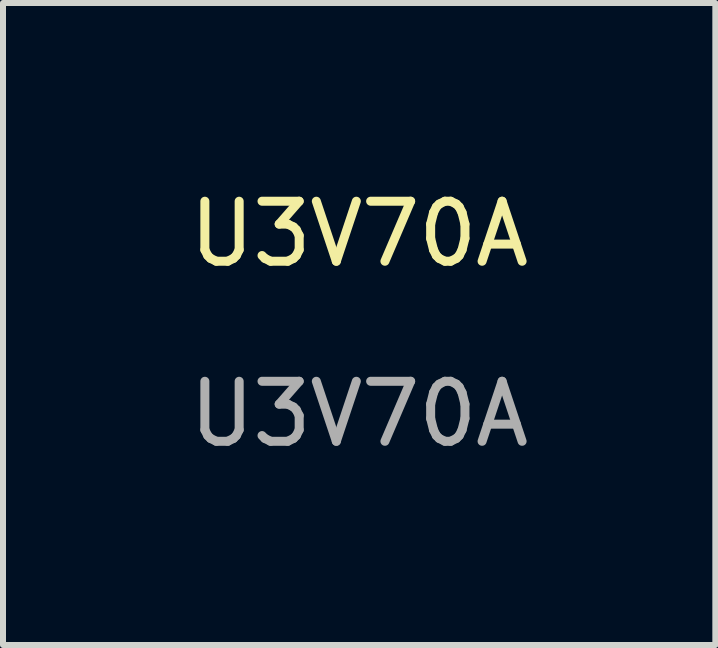
<source format=kicad_pcb>
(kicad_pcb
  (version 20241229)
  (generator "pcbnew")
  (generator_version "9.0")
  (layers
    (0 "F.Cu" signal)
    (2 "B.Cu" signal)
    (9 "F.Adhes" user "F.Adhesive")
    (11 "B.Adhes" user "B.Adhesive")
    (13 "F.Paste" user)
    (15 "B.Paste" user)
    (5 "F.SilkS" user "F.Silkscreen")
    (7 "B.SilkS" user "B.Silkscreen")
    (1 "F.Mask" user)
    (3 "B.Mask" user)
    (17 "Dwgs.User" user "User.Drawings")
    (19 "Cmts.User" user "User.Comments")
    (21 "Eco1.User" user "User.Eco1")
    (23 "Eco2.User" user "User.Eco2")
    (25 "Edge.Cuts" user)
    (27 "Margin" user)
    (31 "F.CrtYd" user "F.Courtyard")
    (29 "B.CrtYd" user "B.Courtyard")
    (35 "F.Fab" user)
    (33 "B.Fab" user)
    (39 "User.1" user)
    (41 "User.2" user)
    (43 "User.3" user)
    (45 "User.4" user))
  (footprint "U3V70A"
    (layer "F.Cu")
    (at 2.935 1.348)
    (property "Reference" "U3V70A" (at 0 -0.5 0) (unlocked yes) (layer "F.SilkS") (effects (font (size 1 1) (thickness 0.15))))
    (attr smd)
    (fp_text user "${REFERENCE}" (at 0 2.5 0) (unlocked yes) (layer "F.Fab") (effects (font (size 1 1) (thickness 0.15)))))
  (gr_rect
    (start -3 -3)
    (end 8.869 7.697)
    (stroke (width 0.1) (type default))
    (fill no)
    (layer "Edge.Cuts")))
</source>
